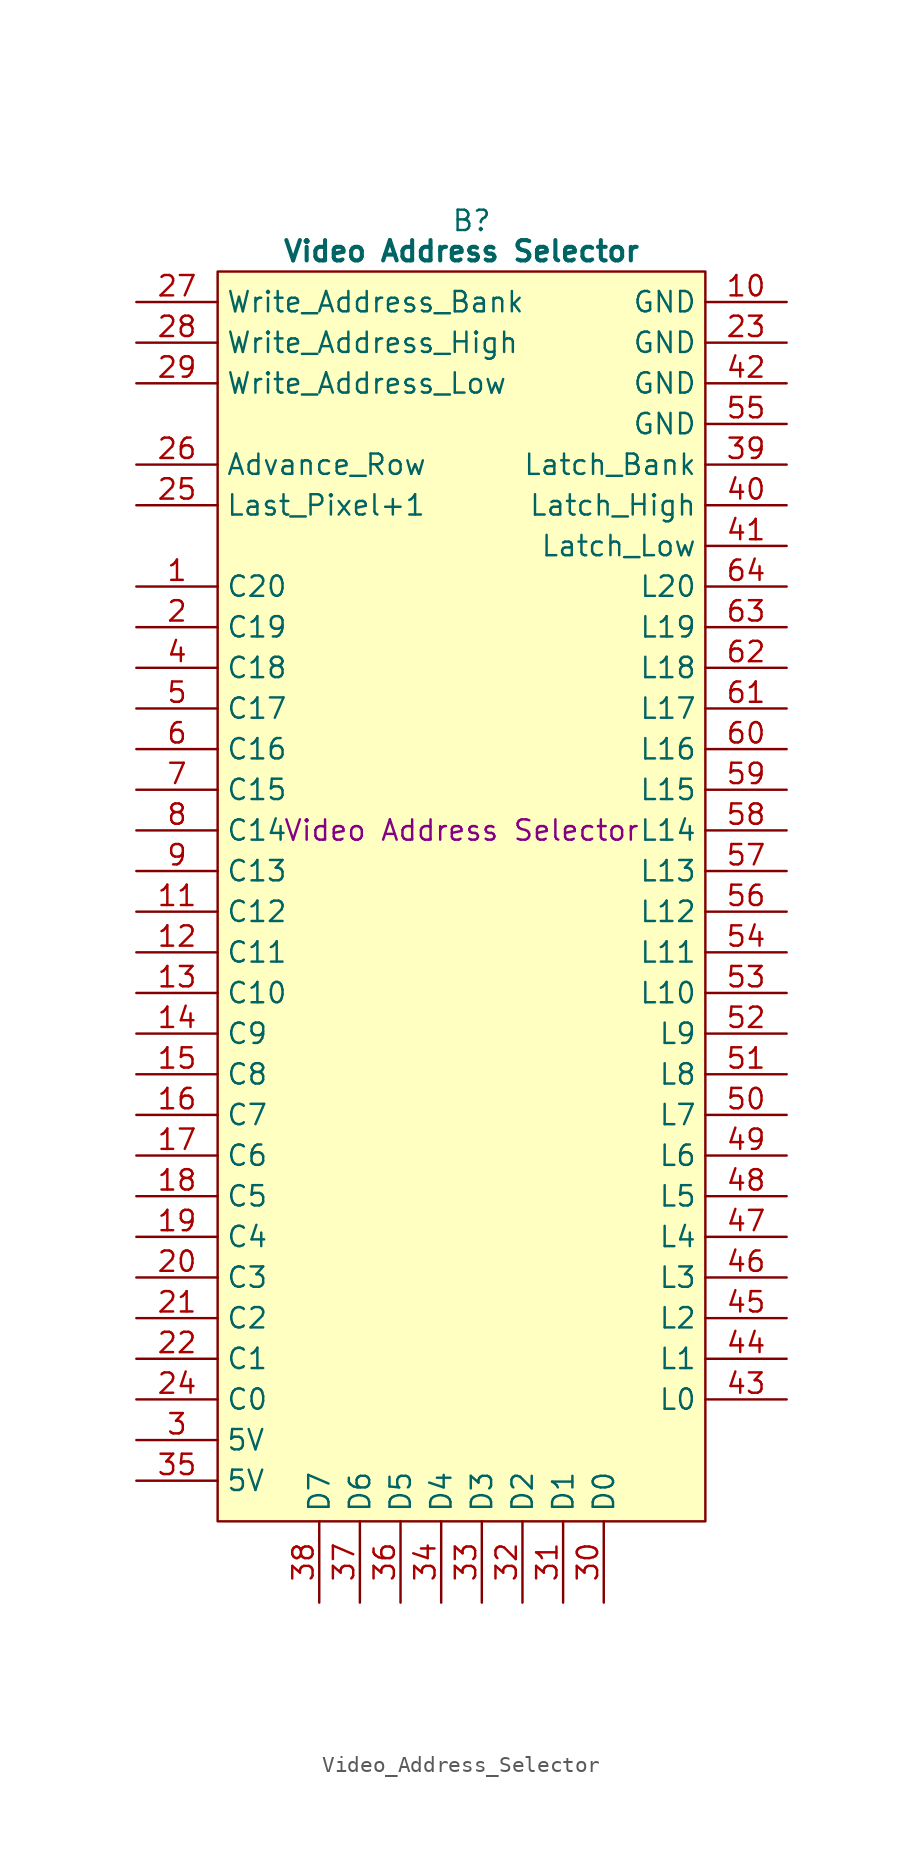
<source format=kicad_sym>
(kicad_symbol_lib
  (version 20241209)
  (generator "kicad_symbol_editor")
  (generator_version "9.0")
  (symbol "Video_Address_Selector"
    (property "Reference" "B"
      (at 15.875 5.08 0)
      (effects (font (size 1.27 1.27))))
    (property "Value" "Video Address Selector"
      (at 15.24 3.175 0)
      (effects (font (size 1.27 1.27) (bold yes))))
    (property "Description" "Video Address Selector"
      (at 15.24 -33.02 0)
      (effects (font (size 1.27 1.27))))
    (symbol "Video_Address_Selector_0_1"
      (polyline (pts (xy 0 1.905) (xy 30.48 1.905) (xy 30.48 -76.2) (xy 0 -76.2) (xy 0 1.905)) (stroke (width 0.152) (type default)) (fill (type background))))
    (symbol "Video_Address_Selector_1_0"
      (pin tri_state line (at 6.35 -81.28 90) (length 5.08) (name "D7" (effects (font (size 1.27 1.27)))) (number "38" (effects (font (size 1.27 1.27)))))
      (pin tri_state line (at 8.89 -81.28 90) (length 5.08) (name "D6" (effects (font (size 1.27 1.27)))) (number "37" (effects (font (size 1.27 1.27)))))
      (pin tri_state line (at 11.43 -81.28 90) (length 5.08) (name "D5" (effects (font (size 1.27 1.27)))) (number "36" (effects (font (size 1.27 1.27)))))
      (pin tri_state line (at 13.97 -81.28 90) (length 5.08) (name "D4" (effects (font (size 1.27 1.27)))) (number "34" (effects (font (size 1.27 1.27)))))
      (pin tri_state line (at 16.51 -81.28 90) (length 5.08) (name "D3" (effects (font (size 1.27 1.27)))) (number "33" (effects (font (size 1.27 1.27)))))
      (pin tri_state line (at 19.05 -81.28 90) (length 5.08) (name "D2" (effects (font (size 1.27 1.27)))) (number "32" (effects (font (size 1.27 1.27)))))
      (pin output line (at 35.56 -10.16 180) (length 5.08) (name "Latch_Bank" (effects (font (size 1.27 1.27)))) (number "39" (effects (font (size 1.27 1.27)))))
      (pin output line (at 35.56 -25.4 180) (length 5.08) (name "L17" (effects (font (size 1.27 1.27)))) (number "61" (effects (font (size 1.27 1.27)))))
      (pin output line (at 35.56 -27.94 180) (length 5.08) (name "L16" (effects (font (size 1.27 1.27)))) (number "60" (effects (font (size 1.27 1.27)))))
      (pin output line (at 35.56 -30.48 180) (length 5.08) (name "L15" (effects (font (size 1.27 1.27)))) (number "59" (effects (font (size 1.27 1.27)))))
      (pin output line (at 35.56 -33.02 180) (length 5.08) (name "L14" (effects (font (size 1.27 1.27)))) (number "58" (effects (font (size 1.27 1.27)))))
      (pin output line (at 35.56 -35.56 180) (length 5.08) (name "L13" (effects (font (size 1.27 1.27)))) (number "57" (effects (font (size 1.27 1.27)))))
      (pin output line (at 35.56 -38.1 180) (length 5.08) (name "L12" (effects (font (size 1.27 1.27)))) (number "56" (effects (font (size 1.27 1.27)))))
      (pin output line (at 35.56 -40.64 180) (length 5.08) (name "L11" (effects (font (size 1.27 1.27)))) (number "54" (effects (font (size 1.27 1.27)))))
      (pin output line (at 35.56 -63.5 180) (length 5.08) (name "L2" (effects (font (size 1.27 1.27)))) (number "45" (effects (font (size 1.27 1.27))))))
    (symbol "Video_Address_Selector_1_1"
      (pin input line (at -5.08 0 0) (length 5.08) (name "Write_Address_Bank" (effects (font (size 1.27 1.27)))) (number "27" (effects (font (size 1.27 1.27)))))
      (pin input line (at -5.08 -2.54 0) (length 5.08) (name "Write_Address_High" (effects (font (size 1.27 1.27)))) (number "28" (effects (font (size 1.27 1.27)))))
      (pin input line (at -5.08 -5.08 0) (length 5.08) (name "Write_Address_Low" (effects (font (size 1.27 1.27)))) (number "29" (effects (font (size 1.27 1.27)))))
      (pin input line (at -5.08 -10.16 0) (length 5.08) (name "Advance_Row" (effects (font (size 1.27 1.27)))) (number "26" (effects (font (size 1.27 1.27)))))
      (pin input line (at -5.08 -12.7 0) (length 5.08) (name "Last_Pixel+1" (effects (font (size 1.27 1.27)))) (number "25" (effects (font (size 1.27 1.27)))))
      (pin input line (at -5.08 -17.78 0) (length 5.08) (name "C20" (effects (font (size 1.27 1.27)))) (number "1" (effects (font (size 1.27 1.27)))))
      (pin input line (at -5.08 -20.32 0) (length 5.08) (name "C19" (effects (font (size 1.27 1.27)))) (number "2" (effects (font (size 1.27 1.27)))))
      (pin input line (at -5.08 -22.86 0) (length 5.08) (name "C18" (effects (font (size 1.27 1.27)))) (number "4" (effects (font (size 1.27 1.27)))))
      (pin input line (at -5.08 -25.4 0) (length 5.08) (name "C17" (effects (font (size 1.27 1.27)))) (number "5" (effects (font (size 1.27 1.27)))))
      (pin input line (at -5.08 -27.94 0) (length 5.08) (name "C16" (effects (font (size 1.27 1.27)))) (number "6" (effects (font (size 1.27 1.27)))))
      (pin input line (at -5.08 -30.48 0) (length 5.08) (name "C15" (effects (font (size 1.27 1.27)))) (number "7" (effects (font (size 1.27 1.27)))))
      (pin input line (at -5.08 -33.02 0) (length 5.08) (name "C14" (effects (font (size 1.27 1.27)))) (number "8" (effects (font (size 1.27 1.27)))))
      (pin input line (at -5.08 -35.56 0) (length 5.08) (name "C13" (effects (font (size 1.27 1.27)))) (number "9" (effects (font (size 1.27 1.27)))))
      (pin input line (at -5.08 -38.1 0) (length 5.08) (name "C12" (effects (font (size 1.27 1.27)))) (number "11" (effects (font (size 1.27 1.27)))))
      (pin input line (at -5.08 -40.64 0) (length 5.08) (name "C11" (effects (font (size 1.27 1.27)))) (number "12" (effects (font (size 1.27 1.27)))))
      (pin input line (at -5.08 -43.18 0) (length 5.08) (name "C10" (effects (font (size 1.27 1.27)))) (number "13" (effects (font (size 1.27 1.27)))))
      (pin input line (at -5.08 -45.72 0) (length 5.08) (name "C9" (effects (font (size 1.27 1.27)))) (number "14" (effects (font (size 1.27 1.27)))))
      (pin input line (at -5.08 -48.26 0) (length 5.08) (name "C8" (effects (font (size 1.27 1.27)))) (number "15" (effects (font (size 1.27 1.27)))))
      (pin input line (at -5.08 -50.8 0) (length 5.08) (name "C7" (effects (font (size 1.27 1.27)))) (number "16" (effects (font (size 1.27 1.27)))))
      (pin input line (at -5.08 -53.34 0) (length 5.08) (name "C6" (effects (font (size 1.27 1.27)))) (number "17" (effects (font (size 1.27 1.27)))))
      (pin input line (at -5.08 -55.88 0) (length 5.08) (name "C5" (effects (font (size 1.27 1.27)))) (number "18" (effects (font (size 1.27 1.27)))))
      (pin input line (at -5.08 -58.42 0) (length 5.08) (name "C4" (effects (font (size 1.27 1.27)))) (number "19" (effects (font (size 1.27 1.27)))))
      (pin input line (at -5.08 -60.96 0) (length 5.08) (name "C3" (effects (font (size 1.27 1.27)))) (number "20" (effects (font (size 1.27 1.27)))))
      (pin input line (at -5.08 -63.5 0) (length 5.08) (name "C2" (effects (font (size 1.27 1.27)))) (number "21" (effects (font (size 1.27 1.27)))))
      (pin input line (at -5.08 -66.04 0) (length 5.08) (name "C1" (effects (font (size 1.27 1.27)))) (number "22" (effects (font (size 1.27 1.27)))))
      (pin input line (at -5.08 -68.58 0) (length 5.08) (name "C0" (effects (font (size 1.27 1.27)))) (number "24" (effects (font (size 1.27 1.27)))))
      (pin passive line (at -5.08 -71.12 0) (length 5.08) (name "5V" (effects (font (size 1.27 1.27)))) (number "3" (effects (font (size 1.27 1.27)))))
      (pin passive line (at -5.08 -73.66 0) (length 5.08) (name "5V" (effects (font (size 1.27 1.27)))) (number "35" (effects (font (size 1.27 1.27)))))
      (pin tri_state line (at 21.59 -81.28 90) (length 5.08) (name "D1" (effects (font (size 1.27 1.27)))) (number "31" (effects (font (size 1.27 1.27)))))
      (pin tri_state line (at 24.13 -81.28 90) (length 5.08) (name "D0" (effects (font (size 1.27 1.27)))) (number "30" (effects (font (size 1.27 1.27)))))
      (pin passive line (at 35.56 0 180) (length 5.08) (name "GND" (effects (font (size 1.27 1.27)))) (number "10" (effects (font (size 1.27 1.27)))))
      (pin passive line (at 35.56 -2.54 180) (length 5.08) (name "GND" (effects (font (size 1.27 1.27)))) (number "23" (effects (font (size 1.27 1.27)))))
      (pin passive line (at 35.56 -5.08 180) (length 5.08) (name "GND" (effects (font (size 1.27 1.27)))) (number "42" (effects (font (size 1.27 1.27)))))
      (pin passive line (at 35.56 -7.62 180) (length 5.08) (name "GND" (effects (font (size 1.27 1.27)))) (number "55" (effects (font (size 1.27 1.27)))))
      (pin output line (at 35.56 -12.7 180) (length 5.08) (name "Latch_High" (effects (font (size 1.27 1.27)))) (number "40" (effects (font (size 1.27 1.27)))))
      (pin output line (at 35.56 -15.24 180) (length 5.08) (name "Latch_Low" (effects (font (size 1.27 1.27)))) (number "41" (effects (font (size 1.27 1.27)))))
      (pin output line (at 35.56 -17.78 180) (length 5.08) (name "L20" (effects (font (size 1.27 1.27)))) (number "64" (effects (font (size 1.27 1.27)))))
      (pin output line (at 35.56 -20.32 180) (length 5.08) (name "L19" (effects (font (size 1.27 1.27)))) (number "63" (effects (font (size 1.27 1.27)))))
      (pin output line (at 35.56 -22.86 180) (length 5.08) (name "L18" (effects (font (size 1.27 1.27)))) (number "62" (effects (font (size 1.27 1.27)))))
      (pin output line (at 35.56 -43.18 180) (length 5.08) (name "L10" (effects (font (size 1.27 1.27)))) (number "53" (effects (font (size 1.27 1.27)))))
      (pin output line (at 35.56 -45.72 180) (length 5.08) (name "L9" (effects (font (size 1.27 1.27)))) (number "52" (effects (font (size 1.27 1.27)))))
      (pin output line (at 35.56 -48.26 180) (length 5.08) (name "L8" (effects (font (size 1.27 1.27)))) (number "51" (effects (font (size 1.27 1.27)))))
      (pin output line (at 35.56 -50.8 180) (length 5.08) (name "L7" (effects (font (size 1.27 1.27)))) (number "50" (effects (font (size 1.27 1.27)))))
      (pin output line (at 35.56 -53.34 180) (length 5.08) (name "L6" (effects (font (size 1.27 1.27)))) (number "49" (effects (font (size 1.27 1.27)))))
      (pin output line (at 35.56 -55.88 180) (length 5.08) (name "L5" (effects (font (size 1.27 1.27)))) (number "48" (effects (font (size 1.27 1.27)))))
      (pin output line (at 35.56 -58.42 180) (length 5.08) (name "L4" (effects (font (size 1.27 1.27)))) (number "47" (effects (font (size 1.27 1.27)))))
      (pin output line (at 35.56 -60.96 180) (length 5.08) (name "L3" (effects (font (size 1.27 1.27)))) (number "46" (effects (font (size 1.27 1.27)))))
      (pin output line (at 35.56 -66.04 180) (length 5.08) (name "L1" (effects (font (size 1.27 1.27)))) (number "44" (effects (font (size 1.27 1.27)))))
      (pin output line (at 35.56 -68.58 180) (length 5.08) (name "L0" (effects (font (size 1.27 1.27)))) (number "43" (effects (font (size 1.27 1.27))))))))
</source>
